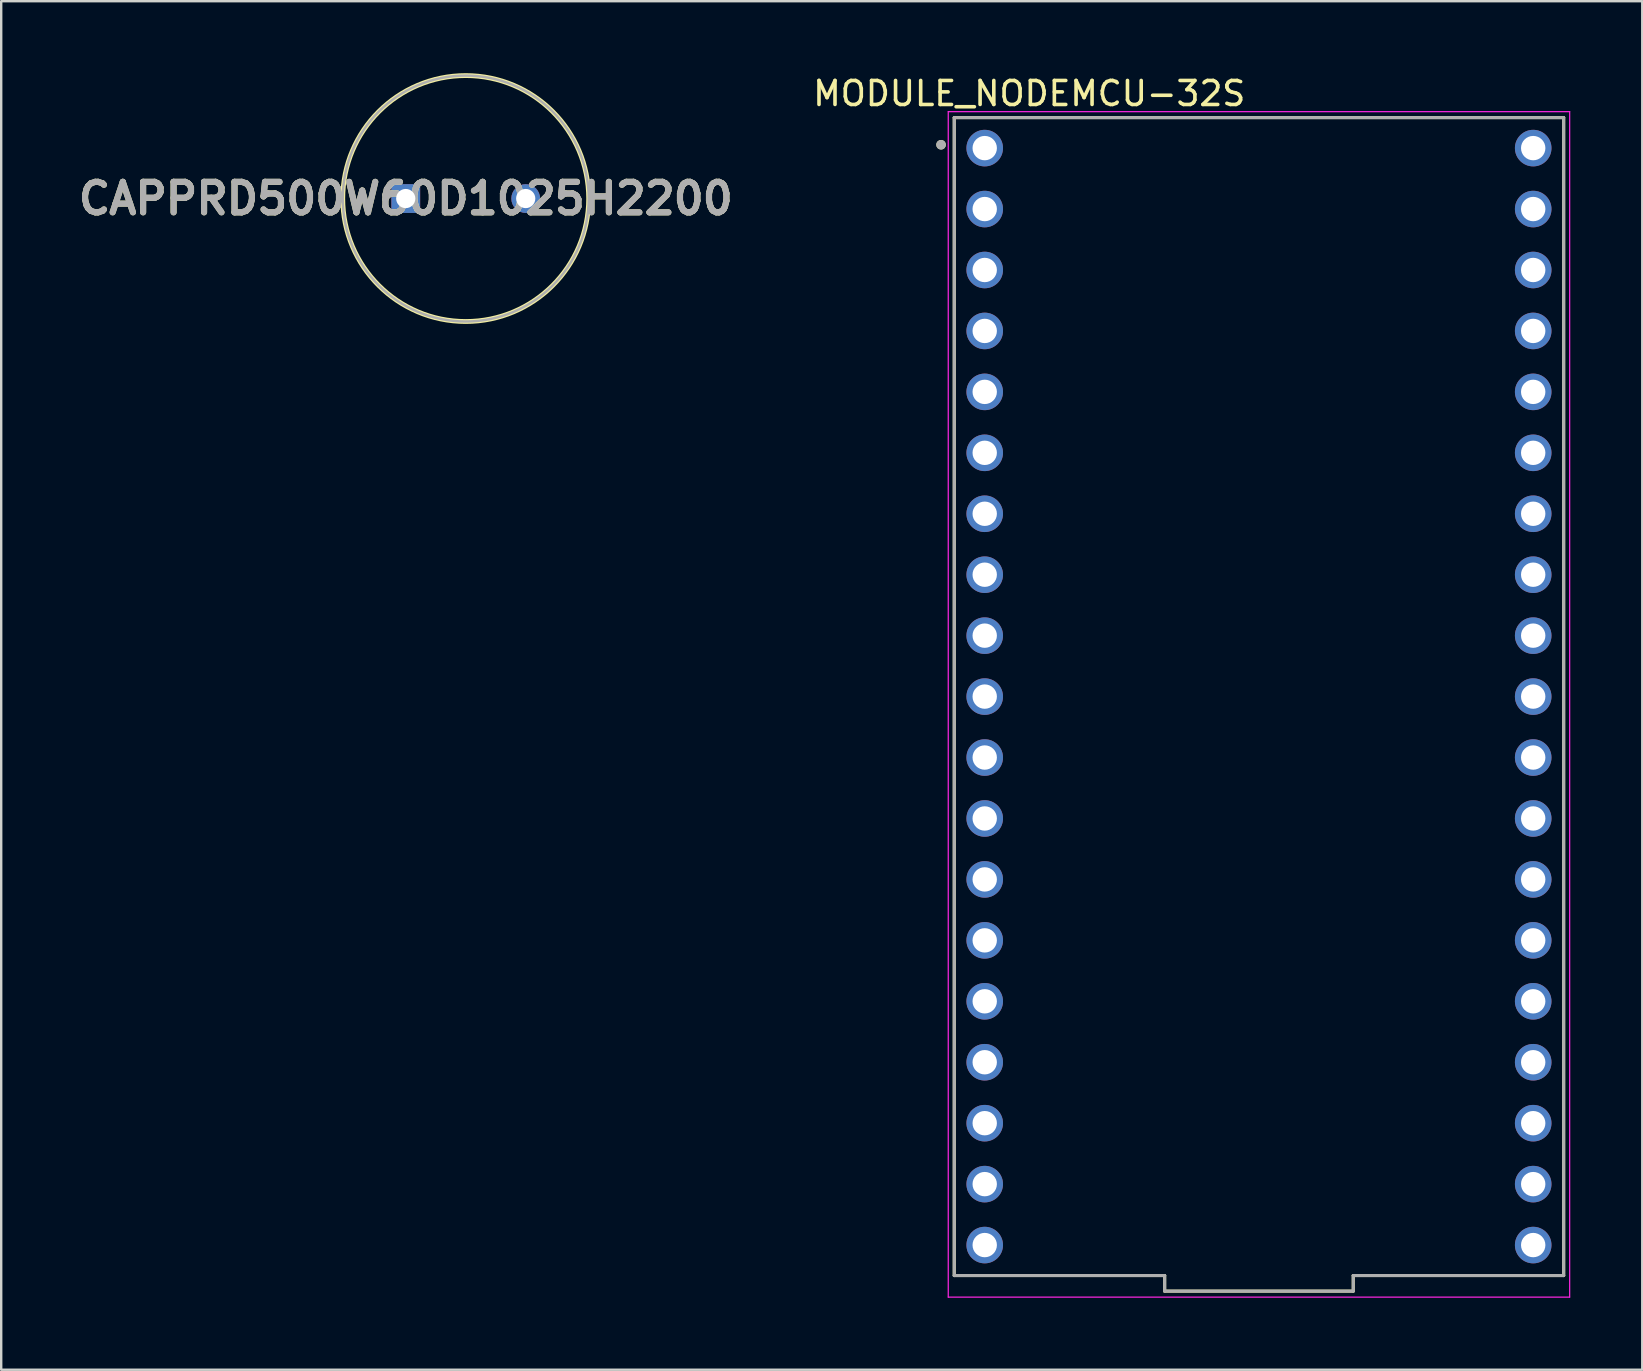
<source format=kicad_pcb>
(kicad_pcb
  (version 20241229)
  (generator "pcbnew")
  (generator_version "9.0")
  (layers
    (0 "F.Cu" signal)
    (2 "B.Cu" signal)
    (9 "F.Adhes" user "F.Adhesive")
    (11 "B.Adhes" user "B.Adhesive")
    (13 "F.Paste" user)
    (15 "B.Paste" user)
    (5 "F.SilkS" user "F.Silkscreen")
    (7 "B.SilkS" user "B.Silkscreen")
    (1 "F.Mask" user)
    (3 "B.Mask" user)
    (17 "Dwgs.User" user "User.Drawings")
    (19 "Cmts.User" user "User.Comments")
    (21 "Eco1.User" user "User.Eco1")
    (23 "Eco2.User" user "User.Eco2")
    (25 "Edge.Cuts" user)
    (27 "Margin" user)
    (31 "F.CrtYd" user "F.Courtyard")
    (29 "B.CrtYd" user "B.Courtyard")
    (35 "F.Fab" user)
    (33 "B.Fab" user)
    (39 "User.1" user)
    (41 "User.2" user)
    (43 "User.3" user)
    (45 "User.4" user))
  (footprint "MODULE_NODEMCU-32S"
    (layer "F.Cu")
    (at 49.422 25.983)
    (property "Reference" "MODULE_NODEMCU-32S" (at -9.575 -25.135 0) (layer "F.SilkS") (effects (font (size 1 1) (thickness 0.15))))
    (attr through_hole)
    (fp_line (start -12.7 -24.13) (end 12.7 -24.13) (stroke (width 0.127) (type solid)) (layer "F.SilkS"))
    (fp_line (start -12.7 24.13) (end -12.7 -24.13) (stroke (width 0.127) (type solid)) (layer "F.SilkS"))
    (fp_line (start -3.93 24.13) (end -12.7 24.13) (stroke (width 0.127) (type solid)) (layer "F.SilkS"))
    (fp_line (start -3.93 24.13) (end -3.93 24.78) (stroke (width 0.127) (type solid)) (layer "F.SilkS"))
    (fp_line (start -3.93 24.78) (end 3.93 24.78) (stroke (width 0.127) (type solid)) (layer "F.SilkS"))
    (fp_line (start 3.93 24.78) (end 3.93 24.13) (stroke (width 0.127) (type solid)) (layer "F.SilkS"))
    (fp_line (start 12.7 -24.13) (end 12.7 24.13) (stroke (width 0.127) (type solid)) (layer "F.SilkS"))
    (fp_line (start 12.7 24.13) (end 3.93 24.13) (stroke (width 0.127) (type solid)) (layer "F.SilkS"))
    (fp_circle (center -13.25 -23) (end -13.15 -23) (stroke (width 0.2) (type solid)) (fill no) (layer "F.SilkS"))
    (fp_line (start -12.95 -24.38) (end -12.95 25.03) (stroke (width 0.05) (type solid)) (layer "F.CrtYd"))
    (fp_line (start -12.95 25.03) (end 12.95 25.03) (stroke (width 0.05) (type solid)) (layer "F.CrtYd"))
    (fp_line (start 12.95 -24.38) (end -12.95 -24.38) (stroke (width 0.05) (type solid)) (layer "F.CrtYd"))
    (fp_line (start 12.95 25.03) (end 12.95 -24.38) (stroke (width 0.05) (type solid)) (layer "F.CrtYd"))
    (fp_line (start -12.7 -24.13) (end 12.7 -24.13) (stroke (width 0.127) (type solid)) (layer "F.Fab"))
    (fp_line (start -12.7 24.13) (end -12.7 -24.13) (stroke (width 0.127) (type solid)) (layer "F.Fab"))
    (fp_line (start -3.93 24.13) (end -12.7 24.13) (stroke (width 0.127) (type solid)) (layer "F.Fab"))
    (fp_line (start -3.93 24.13) (end -3.93 24.78) (stroke (width 0.127) (type solid)) (layer "F.Fab"))
    (fp_line (start -3.93 24.78) (end 3.93 24.78) (stroke (width 0.127) (type solid)) (layer "F.Fab"))
    (fp_line (start 3.93 24.78) (end 3.93 24.13) (stroke (width 0.127) (type solid)) (layer "F.Fab"))
    (fp_line (start 12.7 -24.13) (end 12.7 24.13) (stroke (width 0.127) (type solid)) (layer "F.Fab"))
    (fp_line (start 12.7 24.13) (end 3.93 24.13) (stroke (width 0.127) (type solid)) (layer "F.Fab"))
    (fp_circle (center -13.25 -23) (end -13.15 -23) (stroke (width 0.2) (type solid)) (fill no) (layer "F.Fab"))
    (pad "J1_1" thru_hole circle (at -11.43 -22.86) (size 1.524 1.524) (drill 1.016) (layers "*.Cu" "*.Mask"))
    (pad "J1_2" thru_hole circle (at -11.43 -20.32) (size 1.524 1.524) (drill 1.016) (layers "*.Cu" "*.Mask"))
    (pad "J1_3" thru_hole circle (at -11.43 -17.78) (size 1.524 1.524) (drill 1.016) (layers "*.Cu" "*.Mask"))
    (pad "J1_4" thru_hole circle (at -11.43 -15.24) (size 1.524 1.524) (drill 1.016) (layers "*.Cu" "*.Mask"))
    (pad "J1_5" thru_hole circle (at -11.43 -12.7) (size 1.524 1.524) (drill 1.016) (layers "*.Cu" "*.Mask"))
    (pad "J1_6" thru_hole circle (at -11.43 -10.16) (size 1.524 1.524) (drill 1.016) (layers "*.Cu" "*.Mask"))
    (pad "J1_7" thru_hole circle (at -11.43 -7.62) (size 1.524 1.524) (drill 1.016) (layers "*.Cu" "*.Mask"))
    (pad "J1_8" thru_hole circle (at -11.43 -5.08) (size 1.524 1.524) (drill 1.016) (layers "*.Cu" "*.Mask"))
    (pad "J1_9" thru_hole circle (at -11.43 -2.54) (size 1.524 1.524) (drill 1.016) (layers "*.Cu" "*.Mask"))
    (pad "J1_10" thru_hole circle (at -11.43 0) (size 1.524 1.524) (drill 1.016) (layers "*.Cu" "*.Mask"))
    (pad "J1_11" thru_hole circle (at -11.43 2.54) (size 1.524 1.524) (drill 1.016) (layers "*.Cu" "*.Mask"))
    (pad "J1_12" thru_hole circle (at -11.43 5.08) (size 1.524 1.524) (drill 1.016) (layers "*.Cu" "*.Mask"))
    (pad "J1_13" thru_hole circle (at -11.43 7.62) (size 1.524 1.524) (drill 1.016) (layers "*.Cu" "*.Mask"))
    (pad "J1_14" thru_hole circle (at -11.43 10.16) (size 1.524 1.524) (drill 1.016) (layers "*.Cu" "*.Mask"))
    (pad "J1_15" thru_hole circle (at -11.43 12.7) (size 1.524 1.524) (drill 1.016) (layers "*.Cu" "*.Mask"))
    (pad "J1_16" thru_hole circle (at -11.43 15.24) (size 1.524 1.524) (drill 1.016) (layers "*.Cu" "*.Mask"))
    (pad "J1_17" thru_hole circle (at -11.43 17.78) (size 1.524 1.524) (drill 1.016) (layers "*.Cu" "*.Mask"))
    (pad "J1_18" thru_hole circle (at -11.43 20.32) (size 1.524 1.524) (drill 1.016) (layers "*.Cu" "*.Mask"))
    (pad "J1_19" thru_hole circle (at -11.43 22.86) (size 1.524 1.524) (drill 1.016) (layers "*.Cu" "*.Mask"))
    (pad "J2_1" thru_hole circle (at 11.43 -22.86) (size 1.524 1.524) (drill 1.016) (layers "*.Cu" "*.Mask"))
    (pad "J2_2" thru_hole circle (at 11.43 -20.32) (size 1.524 1.524) (drill 1.016) (layers "*.Cu" "*.Mask"))
    (pad "J2_3" thru_hole circle (at 11.43 -17.78) (size 1.524 1.524) (drill 1.016) (layers "*.Cu" "*.Mask"))
    (pad "J2_4" thru_hole circle (at 11.43 -15.24) (size 1.524 1.524) (drill 1.016) (layers "*.Cu" "*.Mask"))
    (pad "J2_5" thru_hole circle (at 11.43 -12.7) (size 1.524 1.524) (drill 1.016) (layers "*.Cu" "*.Mask"))
    (pad "J2_6" thru_hole circle (at 11.43 -10.16) (size 1.524 1.524) (drill 1.016) (layers "*.Cu" "*.Mask"))
    (pad "J2_7" thru_hole circle (at 11.43 -7.62) (size 1.524 1.524) (drill 1.016) (layers "*.Cu" "*.Mask"))
    (pad "J2_8" thru_hole circle (at 11.43 -5.08) (size 1.524 1.524) (drill 1.016) (layers "*.Cu" "*.Mask"))
    (pad "J2_9" thru_hole circle (at 11.43 -2.54) (size 1.524 1.524) (drill 1.016) (layers "*.Cu" "*.Mask"))
    (pad "J2_10" thru_hole circle (at 11.43 0) (size 1.524 1.524) (drill 1.016) (layers "*.Cu" "*.Mask"))
    (pad "J2_11" thru_hole circle (at 11.43 2.54) (size 1.524 1.524) (drill 1.016) (layers "*.Cu" "*.Mask"))
    (pad "J2_12" thru_hole circle (at 11.43 5.08) (size 1.524 1.524) (drill 1.016) (layers "*.Cu" "*.Mask"))
    (pad "J2_13" thru_hole circle (at 11.43 7.62) (size 1.524 1.524) (drill 1.016) (layers "*.Cu" "*.Mask"))
    (pad "J2_14" thru_hole circle (at 11.43 10.16) (size 1.524 1.524) (drill 1.016) (layers "*.Cu" "*.Mask"))
    (pad "J2_15" thru_hole circle (at 11.43 12.7) (size 1.524 1.524) (drill 1.016) (layers "*.Cu" "*.Mask"))
    (pad "J2_16" thru_hole circle (at 11.43 15.24) (size 1.524 1.524) (drill 1.016) (layers "*.Cu" "*.Mask"))
    (pad "J2_17" thru_hole circle (at 11.43 17.78) (size 1.524 1.524) (drill 1.016) (layers "*.Cu" "*.Mask"))
    (pad "J2_18" thru_hole circle (at 11.43 20.32) (size 1.524 1.524) (drill 1.016) (layers "*.Cu" "*.Mask"))
    (pad "J2_19" thru_hole circle (at 11.43 22.86) (size 1.524 1.524) (drill 1.016) (layers "*.Cu" "*.Mask")))
  (footprint "CAPPRD500W60D1025H2200"
    (layer "F.Cu")
    (at 13.861 5.225)
    (property "Reference" "CAPPRD500W60D1025H2200" (at 0 0 0) (layer "F.SilkS") (effects (font (size 1.27 1.27) (thickness 0.254))))
    (attr through_hole)
    (fp_circle (center 2.5 0) (end 2.5 5.125) (stroke (width 0.2) (type solid)) (fill no) (layer "F.SilkS"))
    (fp_circle (center 2.5 0) (end 2.5 5.125) (stroke (width 0.1) (type solid)) (fill no) (layer "F.Fab"))
    (fp_text user "${REFERENCE}" (at 0 0 0) (layer "F.Fab") (effects (font (size 1.27 1.27) (thickness 0.254))))
    (pad "1" thru_hole rect (at 0 0) (size 1.2 1.2) (drill 0.8) (layers "*.Cu" "*.Mask"))
    (pad "2" thru_hole circle (at 5 0) (size 1.2 1.2) (drill 0.8) (layers "*.Cu" "*.Mask")))
  (gr_rect
    (start -3 -3)
    (end 65.397 54.038)
    (stroke (width 0.1) (type default))
    (fill no)
    (layer "Edge.Cuts")))
</source>
